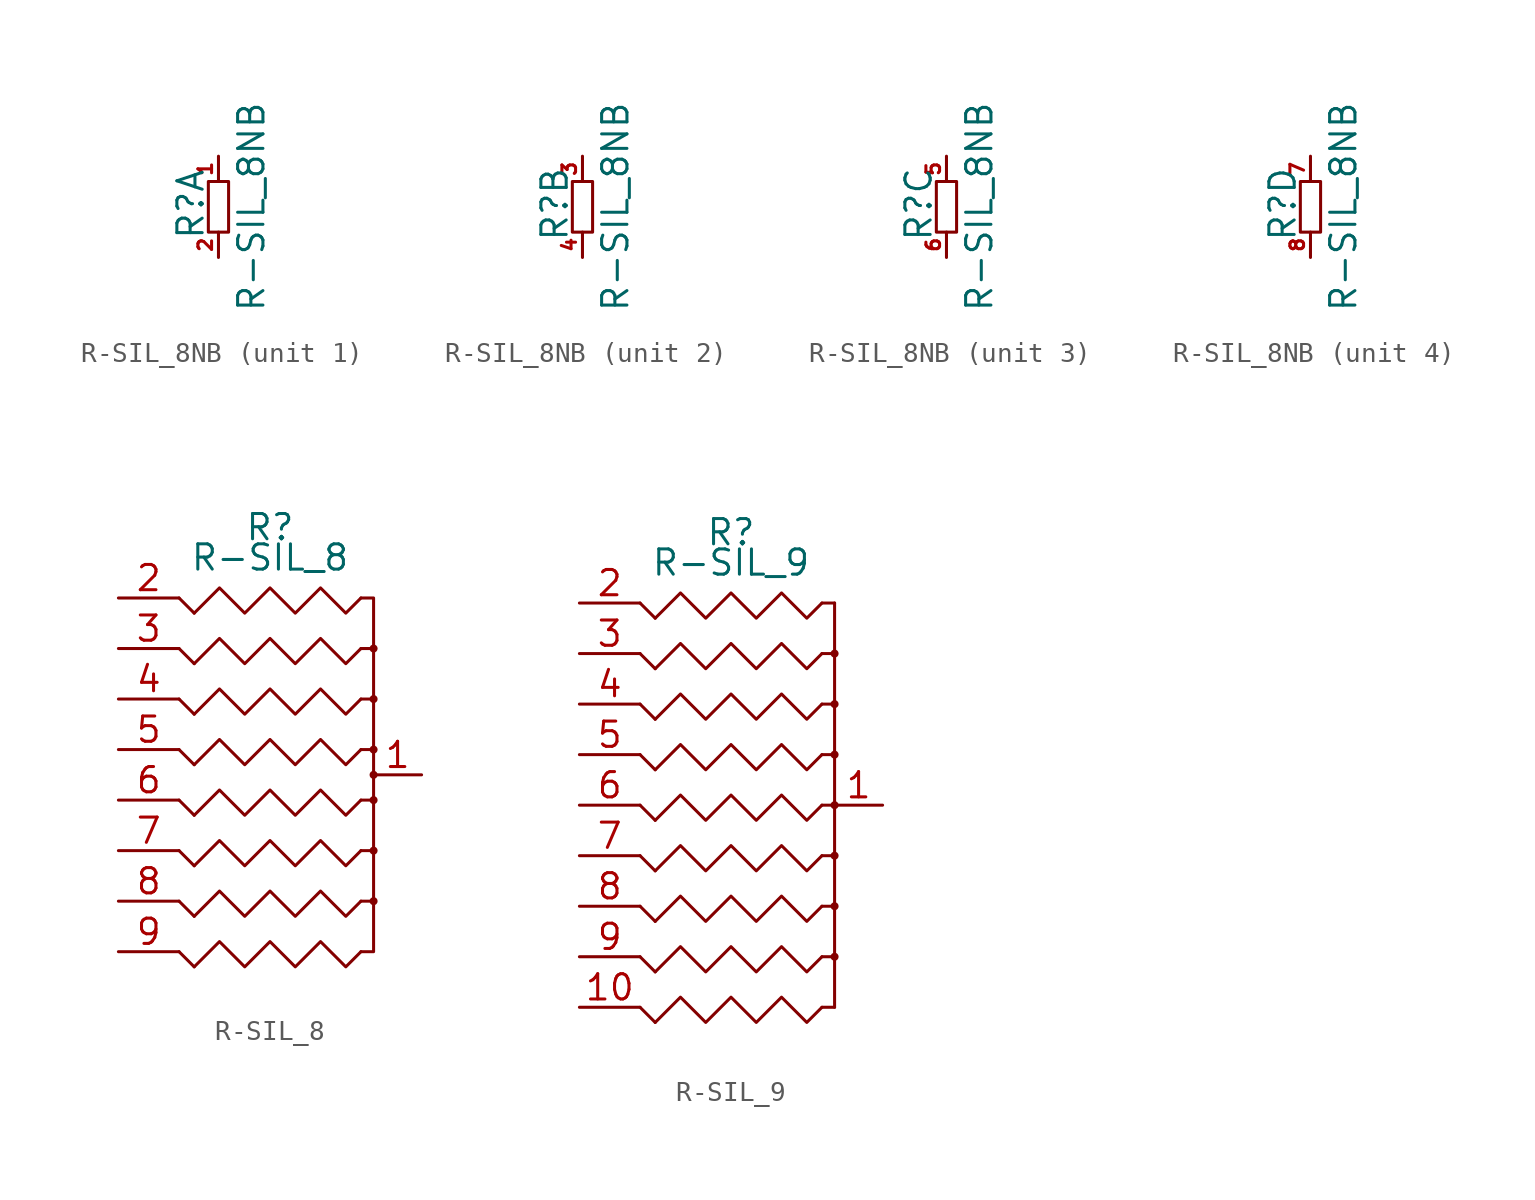
<source format=kicad_sym>
(kicad_symbol_lib
  (version 20220914)
  (generator kicad_symbol_editor)
  (symbol "R-SIL_8NB"
    (pin_names
      (offset 0) hide)
    (property "Reference" "R"
      (at -1.397 0.127 90)
      (effects (font (size 1.27 1.27))))
    (property "Value" "R-SIL_8NB"
      (at 1.651 0 90)
      (effects (font (size 1.27 1.27))))
    (property "Footprint" ""
      (at 0 0 0)
      (effects (font (size 1.524 1.524))))
    (property "Datasheet" ""
      (at 0 0 0)
      (effects (font (size 1.524 1.524))))
    (symbol "R-SIL_8NB_0_1"
      (rectangle (start 0.508 1.27) (end -0.508 -1.27) (stroke (width 0) (type solid)) (fill (type none))))
    (symbol "R-SIL_8NB_1_1"
      (pin passive line (at 0 2.54 270) (length 1.27) (name "~" (effects (font (size 0.686 0.686)))) (number "1" (effects (font (size 0.686 0.686)))))
      (pin passive line (at 0 -2.54 90) (length 1.27) (name "~" (effects (font (size 1.524 1.524)))) (number "2" (effects (font (size 0.686 0.686))))))
    (symbol "R-SIL_8NB_2_1"
      (pin passive line (at 0 2.54 270) (length 1.27) (name "~" (effects (font (size 0.686 0.686)))) (number "3" (effects (font (size 0.686 0.686)))))
      (pin passive line (at 0 -2.54 90) (length 1.27) (name "~" (effects (font (size 1.524 1.524)))) (number "4" (effects (font (size 0.686 0.686))))))
    (symbol "R-SIL_8NB_3_1"
      (pin passive line (at 0 2.54 270) (length 1.27) (name "~" (effects (font (size 0.686 0.686)))) (number "5" (effects (font (size 0.686 0.686)))))
      (pin passive line (at 0 -2.54 90) (length 1.27) (name "~" (effects (font (size 1.524 1.524)))) (number "6" (effects (font (size 0.686 0.686))))))
    (symbol "R-SIL_8NB_4_1"
      (pin passive line (at 0 2.54 270) (length 1.27) (name "~" (effects (font (size 0.686 0.686)))) (number "7" (effects (font (size 0.686 0.686)))))
      (pin passive line (at 0 -2.54 90) (length 1.27) (name "~" (effects (font (size 1.524 1.524)))) (number "8" (effects (font (size 0.686 0.686)))))))
  (symbol "R-SIL_8"
    (pin_names
      (offset 0) hide)
    (property "Reference" "R"
      (at 0 12.446 0)
      (effects (font (size 1.27 1.27))))
    (property "Value" "R-SIL_8"
      (at 0 10.922 0)
      (effects (font (size 1.27 1.27))))
    (property "Footprint" ""
      (at 0 0 0)
      (effects (font (size 1.524 1.524))))
    (property "Datasheet" ""
      (at 0 0 0)
      (effects (font (size 1.524 1.524))))
    (symbol "R-SIL_8_0_1"
      (polyline (pts (xy -3.81 -9.652) (xy -4.572 -8.89) (xy -4.572 -8.89)) (stroke (width 0) (type solid)) (fill (type none)))
      (polyline (pts (xy -3.81 -7.112) (xy -4.572 -6.35) (xy -4.572 -6.35)) (stroke (width 0) (type solid)) (fill (type none)))
      (polyline (pts (xy -3.81 -4.572) (xy -4.572 -3.81) (xy -4.572 -3.81)) (stroke (width 0) (type solid)) (fill (type none)))
      (polyline (pts (xy -3.81 -2.032) (xy -4.572 -1.27) (xy -4.572 -1.27)) (stroke (width 0) (type solid)) (fill (type none)))
      (polyline (pts (xy -3.81 0.508) (xy -4.572 1.27) (xy -4.572 1.27)) (stroke (width 0) (type solid)) (fill (type none)))
      (polyline (pts (xy -3.81 3.048) (xy -4.572 3.81) (xy -4.572 3.81)) (stroke (width 0) (type solid)) (fill (type none)))
      (polyline (pts (xy -3.81 5.588) (xy -4.572 6.35) (xy -4.572 6.35)) (stroke (width 0) (type solid)) (fill (type none)))
      (polyline (pts (xy -3.81 8.128) (xy -4.572 8.89) (xy -4.572 8.89)) (stroke (width 0) (type solid)) (fill (type none)))
      (polyline (pts (xy 4.572 -6.35) (xy 5.207 -6.35) (xy 5.207 -6.35)) (stroke (width 0) (type solid)) (fill (type none)))
      (polyline (pts (xy 4.572 -3.81) (xy 5.207 -3.81) (xy 5.207 -3.81)) (stroke (width 0) (type solid)) (fill (type none)))
      (polyline (pts (xy 4.572 -1.27) (xy 5.207 -1.27) (xy 5.207 -1.27)) (stroke (width 0) (type solid)) (fill (type none)))
      (polyline (pts (xy 4.572 3.81) (xy 5.207 3.81) (xy 5.207 3.81)) (stroke (width 0) (type solid)) (fill (type none)))
      (polyline (pts (xy 4.572 6.35) (xy 5.207 6.35) (xy 5.207 6.35)) (stroke (width 0) (type solid)) (fill (type none)))
      (polyline (pts (xy 5.207 1.27) (xy 5.207 -8.89) (xy 4.572 -8.89) (xy 4.572 -8.89)) (stroke (width 0) (type solid)) (fill (type none)))
      (polyline (pts (xy 4.572 1.27) (xy 5.207 1.27) (xy 5.207 8.89) (xy 4.572 8.89) (xy 4.572 8.89)) (stroke (width 0) (type solid)) (fill (type none)))
      (polyline (pts (xy -3.81 -9.652) (xy -2.54 -8.382) (xy -1.27 -9.652) (xy 0 -8.382) (xy 1.27 -9.652) (xy 2.54 -8.382) (xy 3.81 -9.652) (xy 4.572 -8.89) (xy 4.572 -8.89)) (stroke (width 0) (type solid)) (fill (type none)))
      (polyline (pts (xy -3.81 -7.112) (xy -2.54 -5.842) (xy -1.27 -7.112) (xy 0 -5.842) (xy 1.27 -7.112) (xy 2.54 -5.842) (xy 3.81 -7.112) (xy 4.572 -6.35) (xy 4.572 -6.35)) (stroke (width 0) (type solid)) (fill (type none)))
      (polyline (pts (xy -3.81 -4.572) (xy -2.54 -3.302) (xy -1.27 -4.572) (xy 0 -3.302) (xy 1.27 -4.572) (xy 2.54 -3.302) (xy 3.81 -4.572) (xy 4.572 -3.81) (xy 4.572 -3.81)) (stroke (width 0) (type solid)) (fill (type none)))
      (polyline (pts (xy -3.81 -2.032) (xy -2.54 -0.762) (xy -1.27 -2.032) (xy 0 -0.762) (xy 1.27 -2.032) (xy 2.54 -0.762) (xy 3.81 -2.032) (xy 4.572 -1.27) (xy 4.572 -1.27)) (stroke (width 0) (type solid)) (fill (type none)))
      (polyline (pts (xy -3.81 0.508) (xy -2.54 1.778) (xy -1.27 0.508) (xy 0 1.778) (xy 1.27 0.508) (xy 2.54 1.778) (xy 3.81 0.508) (xy 4.572 1.27) (xy 4.572 1.27)) (stroke (width 0) (type solid)) (fill (type none)))
      (polyline (pts (xy -3.81 3.048) (xy -2.54 4.318) (xy -1.27 3.048) (xy 0 4.318) (xy 1.27 3.048) (xy 2.54 4.318) (xy 3.81 3.048) (xy 4.572 3.81) (xy 4.572 3.81)) (stroke (width 0) (type solid)) (fill (type none)))
      (polyline (pts (xy -3.81 5.588) (xy -2.54 6.858) (xy -1.27 5.588) (xy 0 6.858) (xy 1.27 5.588) (xy 2.54 6.858) (xy 3.81 5.588) (xy 4.572 6.35) (xy 4.572 6.35)) (stroke (width 0) (type solid)) (fill (type none)))
      (polyline (pts (xy -3.81 8.128) (xy -2.54 9.398) (xy -1.27 8.128) (xy 0 9.398) (xy 1.27 8.128) (xy 2.54 9.398) (xy 3.81 8.128) (xy 4.572 8.89) (xy 4.572 8.89)) (stroke (width 0) (type solid)) (fill (type none)))
      (circle (center 5.207 -6.35) (radius 0.127) (stroke (width 0) (type solid)) (fill (type none)))
      (circle (center 5.207 -3.81) (radius 0.127) (stroke (width 0) (type solid)) (fill (type none)))
      (circle (center 5.207 -1.27) (radius 0.127) (stroke (width 0) (type solid)) (fill (type none)))
      (circle (center 5.207 0) (radius 0.127) (stroke (width 0) (type solid)) (fill (type none)))
      (circle (center 5.207 1.27) (radius 0.127) (stroke (width 0) (type solid)) (fill (type none)))
      (circle (center 5.207 3.81) (radius 0.127) (stroke (width 0) (type solid)) (fill (type none)))
      (circle (center 5.207 6.35) (radius 0.127) (stroke (width 0) (type solid)) (fill (type none))))
    (symbol "R-SIL_8_1_1"
      (pin passive line (at 7.62 0 180) (length 2.413) (name "~" (effects (font (size 1.27 1.27)))) (number "1" (effects (font (size 1.27 1.27)))))
      (pin passive line (at -7.62 8.89 0) (length 3.048) (name "~" (effects (font (size 1.27 1.27)))) (number "2" (effects (font (size 1.27 1.27)))))
      (pin passive line (at -7.62 6.35 0) (length 3.048) (name "~" (effects (font (size 1.27 1.27)))) (number "3" (effects (font (size 1.27 1.27)))))
      (pin passive line (at -7.62 3.81 0) (length 3.048) (name "~" (effects (font (size 1.27 1.27)))) (number "4" (effects (font (size 1.27 1.27)))))
      (pin passive line (at -7.62 1.27 0) (length 3.048) (name "~" (effects (font (size 1.27 1.27)))) (number "5" (effects (font (size 1.27 1.27)))))
      (pin passive line (at -7.62 -1.27 0) (length 3.048) (name "~" (effects (font (size 1.27 1.27)))) (number "6" (effects (font (size 1.27 1.27)))))
      (pin passive line (at -7.62 -3.81 0) (length 3.048) (name "~" (effects (font (size 1.27 1.27)))) (number "7" (effects (font (size 1.27 1.27)))))
      (pin passive line (at -7.62 -6.35 0) (length 3.048) (name "~" (effects (font (size 1.27 1.27)))) (number "8" (effects (font (size 1.27 1.27)))))
      (pin passive line (at -7.62 -8.89 0) (length 3.048) (name "~" (effects (font (size 1.27 1.27)))) (number "9" (effects (font (size 1.27 1.27)))))))
  (symbol "R-SIL_9"
    (pin_names
      (offset 0) hide)
    (property "Reference" "R"
      (at 0 13.716 0)
      (effects (font (size 1.27 1.27))))
    (property "Value" "R-SIL_9"
      (at 0 12.192 0)
      (effects (font (size 1.27 1.27))))
    (property "Footprint" ""
      (at 0 0 0)
      (effects (font (size 1.524 1.524))))
    (property "Datasheet" ""
      (at 0 0 0)
      (effects (font (size 1.524 1.524))))
    (symbol "R-SIL_9_0_1"
      (polyline (pts (xy 5.207 -10.16) (xy 4.572 -10.16)) (stroke (width 0) (type solid)) (fill (type none)))
      (polyline (pts (xy 5.207 -10.16) (xy 5.207 10.16)) (stroke (width 0) (type solid)) (fill (type none)))
      (polyline (pts (xy 5.207 -7.62) (xy 4.572 -7.62)) (stroke (width 0) (type solid)) (fill (type none)))
      (polyline (pts (xy 5.207 2.54) (xy 4.572 2.54)) (stroke (width 0) (type solid)) (fill (type none)))
      (polyline (pts (xy 5.207 10.16) (xy 4.572 10.16)) (stroke (width 0) (type solid)) (fill (type none)))
      (polyline (pts (xy -3.81 -10.922) (xy -4.572 -10.16) (xy -4.572 -10.16)) (stroke (width 0) (type solid)) (fill (type none)))
      (polyline (pts (xy -3.81 -8.382) (xy -4.572 -7.62) (xy -4.572 -7.62)) (stroke (width 0) (type solid)) (fill (type none)))
      (polyline (pts (xy -3.81 -5.842) (xy -4.572 -5.08) (xy -4.572 -5.08)) (stroke (width 0) (type solid)) (fill (type none)))
      (polyline (pts (xy -3.81 -3.302) (xy -4.572 -2.54) (xy -4.572 -2.54)) (stroke (width 0) (type solid)) (fill (type none)))
      (polyline (pts (xy -3.81 -0.762) (xy -4.572 0) (xy -4.572 0)) (stroke (width 0) (type solid)) (fill (type none)))
      (polyline (pts (xy -3.81 1.778) (xy -4.572 2.54) (xy -4.572 2.54)) (stroke (width 0) (type solid)) (fill (type none)))
      (polyline (pts (xy -3.81 4.318) (xy -4.572 5.08) (xy -4.572 5.08)) (stroke (width 0) (type solid)) (fill (type none)))
      (polyline (pts (xy -3.81 6.858) (xy -4.572 7.62) (xy -4.572 7.62)) (stroke (width 0) (type solid)) (fill (type none)))
      (polyline (pts (xy -3.81 9.398) (xy -4.572 10.16) (xy -4.572 10.16)) (stroke (width 0) (type solid)) (fill (type none)))
      (polyline (pts (xy 4.572 -5.08) (xy 5.207 -5.08) (xy 5.207 -5.08)) (stroke (width 0) (type solid)) (fill (type none)))
      (polyline (pts (xy 4.572 -2.54) (xy 5.207 -2.54) (xy 5.207 -2.54)) (stroke (width 0) (type solid)) (fill (type none)))
      (polyline (pts (xy 4.572 0) (xy 5.207 0) (xy 5.207 0)) (stroke (width 0) (type solid)) (fill (type none)))
      (polyline (pts (xy 4.572 5.08) (xy 5.207 5.08) (xy 5.207 5.08)) (stroke (width 0) (type solid)) (fill (type none)))
      (polyline (pts (xy 4.572 7.62) (xy 5.207 7.62) (xy 5.207 7.62)) (stroke (width 0) (type solid)) (fill (type none)))
      (polyline (pts (xy -3.81 -10.922) (xy -2.54 -9.652) (xy -1.27 -10.922) (xy 0 -9.652) (xy 1.27 -10.922) (xy 2.54 -9.652) (xy 3.81 -10.922) (xy 4.572 -10.16) (xy 4.572 -10.16)) (stroke (width 0) (type solid)) (fill (type none)))
      (polyline (pts (xy -3.81 -8.382) (xy -2.54 -7.112) (xy -1.27 -8.382) (xy 0 -7.112) (xy 1.27 -8.382) (xy 2.54 -7.112) (xy 3.81 -8.382) (xy 4.572 -7.62) (xy 4.572 -7.62)) (stroke (width 0) (type solid)) (fill (type none)))
      (polyline (pts (xy -3.81 -5.842) (xy -2.54 -4.572) (xy -1.27 -5.842) (xy 0 -4.572) (xy 1.27 -5.842) (xy 2.54 -4.572) (xy 3.81 -5.842) (xy 4.572 -5.08) (xy 4.572 -5.08)) (stroke (width 0) (type solid)) (fill (type none)))
      (polyline (pts (xy -3.81 -3.302) (xy -2.54 -2.032) (xy -1.27 -3.302) (xy 0 -2.032) (xy 1.27 -3.302) (xy 2.54 -2.032) (xy 3.81 -3.302) (xy 4.572 -2.54) (xy 4.572 -2.54)) (stroke (width 0) (type solid)) (fill (type none)))
      (polyline (pts (xy -3.81 -0.762) (xy -2.54 0.508) (xy -1.27 -0.762) (xy 0 0.508) (xy 1.27 -0.762) (xy 2.54 0.508) (xy 3.81 -0.762) (xy 4.572 0) (xy 4.572 0)) (stroke (width 0) (type solid)) (fill (type none)))
      (polyline (pts (xy -3.81 1.778) (xy -2.54 3.048) (xy -1.27 1.778) (xy 0 3.048) (xy 1.27 1.778) (xy 2.54 3.048) (xy 3.81 1.778) (xy 4.572 2.54) (xy 4.572 2.54)) (stroke (width 0) (type solid)) (fill (type none)))
      (polyline (pts (xy -3.81 4.318) (xy -2.54 5.588) (xy -1.27 4.318) (xy 0 5.588) (xy 1.27 4.318) (xy 2.54 5.588) (xy 3.81 4.318) (xy 4.572 5.08) (xy 4.572 5.08)) (stroke (width 0) (type solid)) (fill (type none)))
      (polyline (pts (xy -3.81 6.858) (xy -2.54 8.128) (xy -1.27 6.858) (xy 0 8.128) (xy 1.27 6.858) (xy 2.54 8.128) (xy 3.81 6.858) (xy 4.572 7.62) (xy 4.572 7.62)) (stroke (width 0) (type solid)) (fill (type none)))
      (polyline (pts (xy -3.81 9.398) (xy -2.54 10.668) (xy -1.27 9.398) (xy 0 10.668) (xy 1.27 9.398) (xy 2.54 10.668) (xy 3.81 9.398) (xy 4.572 10.16) (xy 4.572 10.16)) (stroke (width 0) (type solid)) (fill (type none)))
      (circle (center 5.207 -7.62) (radius 0.127) (stroke (width 0) (type solid)) (fill (type none)))
      (circle (center 5.207 -5.08) (radius 0.127) (stroke (width 0) (type solid)) (fill (type none)))
      (circle (center 5.207 -2.54) (radius 0.127) (stroke (width 0) (type solid)) (fill (type none)))
      (circle (center 5.207 0) (radius 0.127) (stroke (width 0) (type solid)) (fill (type none)))
      (circle (center 5.207 2.54) (radius 0.127) (stroke (width 0) (type solid)) (fill (type none)))
      (circle (center 5.207 5.08) (radius 0.127) (stroke (width 0) (type solid)) (fill (type none)))
      (circle (center 5.207 7.62) (radius 0.127) (stroke (width 0) (type solid)) (fill (type none))))
    (symbol "R-SIL_9_1_1"
      (pin passive line (at 7.62 0 180) (length 2.413) (name "~" (effects (font (size 1.27 1.27)))) (number "1" (effects (font (size 1.27 1.27)))))
      (pin passive line (at -7.62 -10.16 0) (length 3.048) (name "~" (effects (font (size 1.27 1.27)))) (number "10" (effects (font (size 1.27 1.27)))))
      (pin passive line (at -7.62 10.16 0) (length 3.048) (name "~" (effects (font (size 1.27 1.27)))) (number "2" (effects (font (size 1.27 1.27)))))
      (pin passive line (at -7.62 7.62 0) (length 3.048) (name "~" (effects (font (size 1.27 1.27)))) (number "3" (effects (font (size 1.27 1.27)))))
      (pin passive line (at -7.62 5.08 0) (length 3.048) (name "~" (effects (font (size 1.27 1.27)))) (number "4" (effects (font (size 1.27 1.27)))))
      (pin passive line (at -7.62 2.54 0) (length 3.048) (name "~" (effects (font (size 1.27 1.27)))) (number "5" (effects (font (size 1.27 1.27)))))
      (pin passive line (at -7.62 0 0) (length 3.048) (name "~" (effects (font (size 1.27 1.27)))) (number "6" (effects (font (size 1.27 1.27)))))
      (pin passive line (at -7.62 -2.54 0) (length 3.048) (name "~" (effects (font (size 1.27 1.27)))) (number "7" (effects (font (size 1.27 1.27)))))
      (pin passive line (at -7.62 -5.08 0) (length 3.048) (name "~" (effects (font (size 1.27 1.27)))) (number "8" (effects (font (size 1.27 1.27)))))
      (pin passive line (at -7.62 -7.62 0) (length 3.048) (name "~" (effects (font (size 1.27 1.27)))) (number "9" (effects (font (size 1.27 1.27))))))))
</source>
